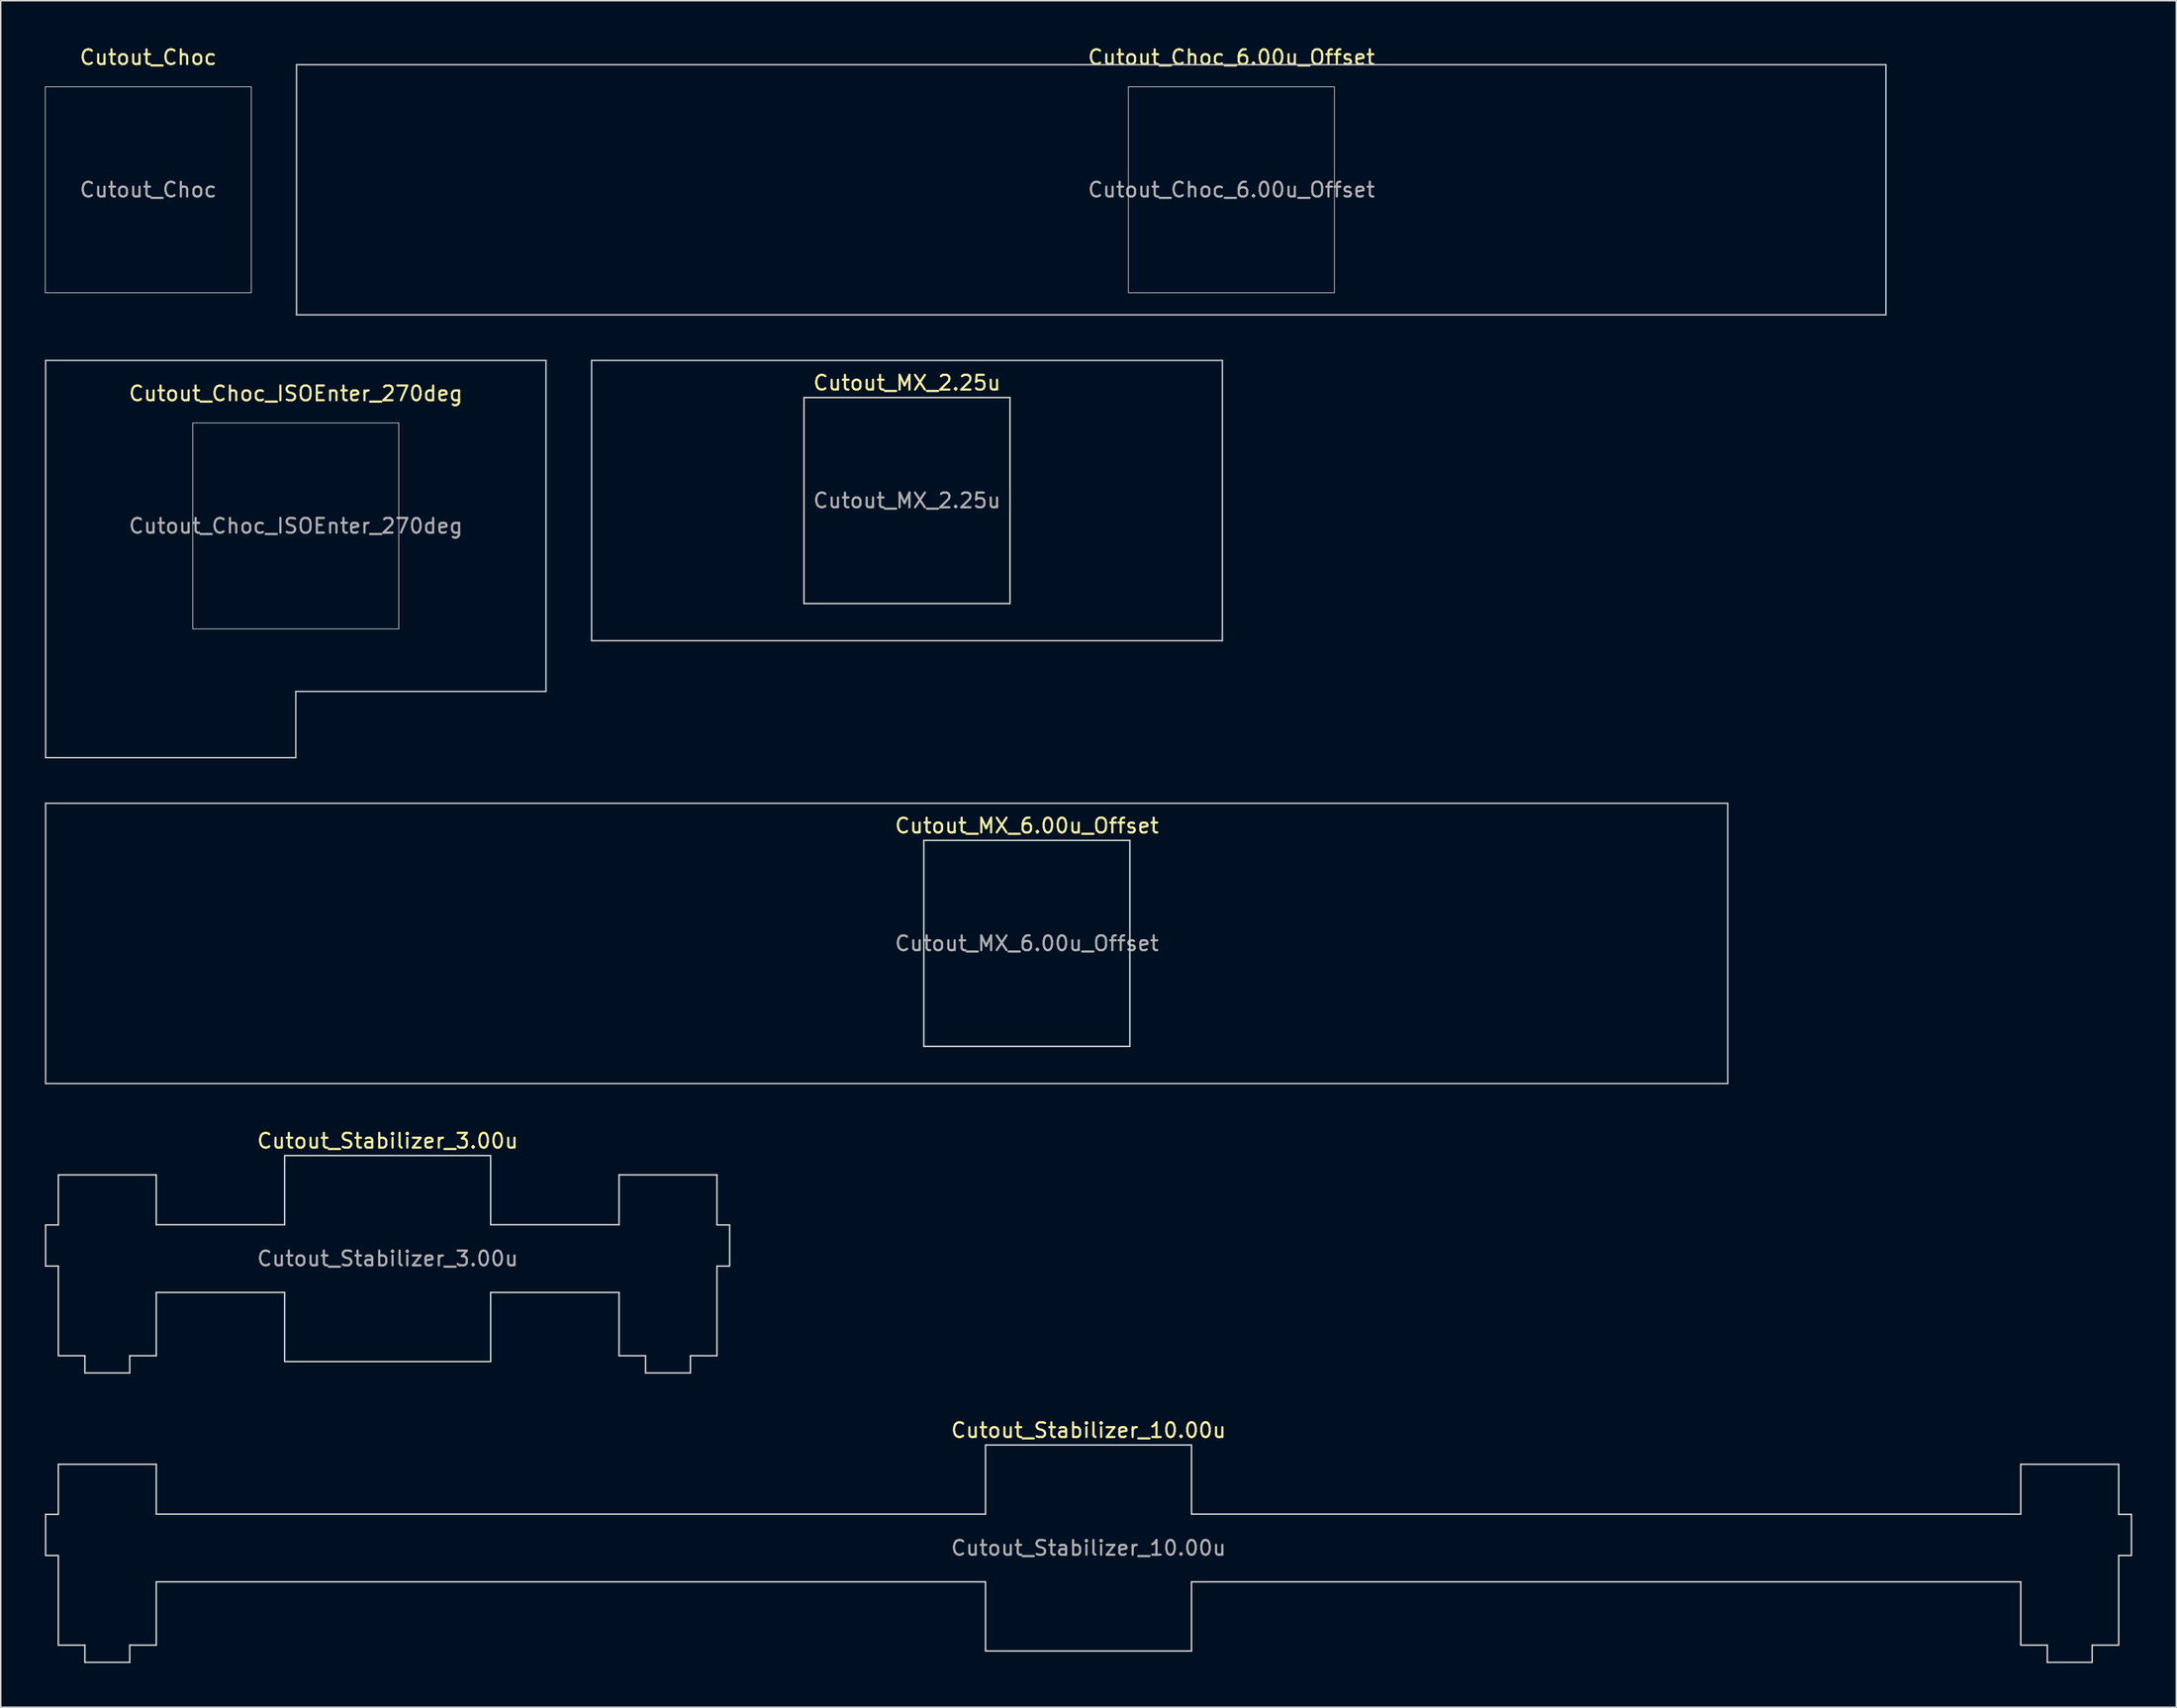
<source format=kicad_pcb>
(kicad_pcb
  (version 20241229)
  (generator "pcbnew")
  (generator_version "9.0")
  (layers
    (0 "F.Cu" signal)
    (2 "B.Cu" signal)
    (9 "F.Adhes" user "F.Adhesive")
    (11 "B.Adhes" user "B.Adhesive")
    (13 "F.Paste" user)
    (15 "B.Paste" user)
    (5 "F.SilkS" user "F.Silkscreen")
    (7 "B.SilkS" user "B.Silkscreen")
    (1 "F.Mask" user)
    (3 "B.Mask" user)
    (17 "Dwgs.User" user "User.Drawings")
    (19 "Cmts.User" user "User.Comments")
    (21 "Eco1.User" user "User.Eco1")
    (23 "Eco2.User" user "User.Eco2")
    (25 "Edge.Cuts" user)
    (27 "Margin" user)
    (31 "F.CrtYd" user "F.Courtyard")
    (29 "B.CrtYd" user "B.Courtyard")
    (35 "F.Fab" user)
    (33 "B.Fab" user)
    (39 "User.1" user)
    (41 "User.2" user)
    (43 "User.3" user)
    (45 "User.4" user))
  (footprint "Cutout_Choc_ISOEnter_270deg"
    (layer "F.Cu")
    (at 17.05 32.698)
    (property "Reference" "Cutout_Choc_ISOEnter_270deg" (at 0 -9 0) (layer "F.SilkS") (effects (font (size 1 1) (thickness 0.15))))
    (attr through_hole)
    (fp_line (start -17 -11.25) (end -17 15.75) (stroke (width 0.1) (type solid)) (layer "Dwgs.User"))
    (fp_line (start -17 15.75) (end 0 15.75) (stroke (width 0.1) (type solid)) (layer "Dwgs.User"))
    (fp_line (start 0 11.25) (end 17 11.25) (stroke (width 0.1) (type solid)) (layer "Dwgs.User"))
    (fp_line (start 0 15.75) (end 0 11.25) (stroke (width 0.1) (type solid)) (layer "Dwgs.User"))
    (fp_line (start 17 -11.25) (end -17 -11.25) (stroke (width 0.1) (type solid)) (layer "Dwgs.User"))
    (fp_line (start 17 11.25) (end 17 -11.25) (stroke (width 0.1) (type solid)) (layer "Dwgs.User"))
    (fp_rect (start -7 -7) (end 7 7) (stroke (width 0.05) (type default)) (fill no) (layer "Edge.Cuts"))
    (fp_text user "${REFERENCE}" (at 0 0 0) (layer "F.Fab") (effects (font (size 1 1) (thickness 0.15)))))
  (footprint "Cutout_MX_2.25u"
    (layer "F.Cu")
    (at 58.581 30.973)
    (property "Reference" "Cutout_MX_2.25u" (at 0 -8 0) (layer "F.SilkS") (effects (font (size 1 1) (thickness 0.15))))
    (attr through_hole)
    (fp_line (start -21.431 -9.525) (end -21.431 9.525) (stroke (width 0.1) (type solid)) (layer "Dwgs.User"))
    (fp_line (start -21.431 9.525) (end 21.431 9.525) (stroke (width 0.1) (type solid)) (layer "Dwgs.User"))
    (fp_line (start 21.431 -9.525) (end -21.431 -9.525) (stroke (width 0.1) (type solid)) (layer "Dwgs.User"))
    (fp_line (start 21.431 9.525) (end 21.431 -9.525) (stroke (width 0.1) (type solid)) (layer "Dwgs.User"))
    (fp_line (start -7 -7) (end -7 7) (stroke (width 0.1) (type solid)) (layer "Edge.Cuts"))
    (fp_line (start -7 7) (end 7 7) (stroke (width 0.1) (type solid)) (layer "Edge.Cuts"))
    (fp_line (start 7 -7) (end -7 -7) (stroke (width 0.1) (type solid)) (layer "Edge.Cuts"))
    (fp_line (start 7 7) (end 7 -7) (stroke (width 0.1) (type solid)) (layer "Edge.Cuts"))
    (fp_text user "${REFERENCE}" (at 0 0 0) (layer "F.Fab") (effects (font (size 1 1) (thickness 0.15)))))
  (footprint "Cutout_Choc_6.00u_Offset"
    (layer "F.Cu")
    (at 80.625 9.848)
    (property "Reference" "Cutout_Choc_6.00u_Offset" (at 0 -9 0) (layer "F.SilkS") (effects (font (size 1 1) (thickness 0.15))))
    (attr through_hole)
    (fp_line (start -63.525 -8.5) (end -63.525 8.5) (stroke (width 0.1) (type solid)) (layer "Dwgs.User"))
    (fp_line (start -63.525 8.5) (end 44.475 8.5) (stroke (width 0.1) (type solid)) (layer "Dwgs.User"))
    (fp_line (start 44.475 -8.5) (end -63.525 -8.5) (stroke (width 0.1) (type solid)) (layer "Dwgs.User"))
    (fp_line (start 44.475 8.5) (end 44.475 -8.5) (stroke (width 0.1) (type solid)) (layer "Dwgs.User"))
    (fp_rect (start -7 -7) (end 7 7) (stroke (width 0.05) (type default)) (fill no) (layer "Edge.Cuts"))
    (fp_text user "${REFERENCE}" (at 0 0 0) (layer "F.Fab") (effects (font (size 1 1) (thickness 0.15)))))
  (footprint "Cutout_Stabilizer_3.00u"
    (layer "F.Cu")
    (at 23.291 82.496)
    (property "Reference" "Cutout_Stabilizer_3.00u" (at 0 -8 0) (layer "F.SilkS") (effects (font (size 1 1) (thickness 0.15))))
    (attr through_hole)
    (fp_line (start -23.241 -2.286) (end -22.377 -2.286) (stroke (width 0.1) (type solid)) (layer "Edge.Cuts"))
    (fp_line (start -23.241 0.508) (end -23.241 -2.286) (stroke (width 0.1) (type solid)) (layer "Edge.Cuts"))
    (fp_line (start -22.377 -5.69) (end -15.723 -5.69) (stroke (width 0.1) (type solid)) (layer "Edge.Cuts"))
    (fp_line (start -22.377 -2.286) (end -22.377 -5.69) (stroke (width 0.1) (type solid)) (layer "Edge.Cuts"))
    (fp_line (start -22.377 0.508) (end -23.241 0.508) (stroke (width 0.1) (type solid)) (layer "Edge.Cuts"))
    (fp_line (start -22.377 6.604) (end -22.377 0.508) (stroke (width 0.1) (type solid)) (layer "Edge.Cuts"))
    (fp_line (start -20.574 6.604) (end -22.377 6.604) (stroke (width 0.1) (type solid)) (layer "Edge.Cuts"))
    (fp_line (start -20.574 7.772) (end -20.574 6.604) (stroke (width 0.1) (type solid)) (layer "Edge.Cuts"))
    (fp_line (start -17.526 6.604) (end -17.526 7.772) (stroke (width 0.1) (type solid)) (layer "Edge.Cuts"))
    (fp_line (start -17.526 7.772) (end -20.574 7.772) (stroke (width 0.1) (type solid)) (layer "Edge.Cuts"))
    (fp_line (start -15.723 -5.69) (end -15.723 -2.3) (stroke (width 0.1) (type solid)) (layer "Edge.Cuts"))
    (fp_line (start -15.723 -2.3) (end -7 -2.3) (stroke (width 0.1) (type solid)) (layer "Edge.Cuts"))
    (fp_line (start -15.723 2.3) (end -15.723 6.604) (stroke (width 0.1) (type solid)) (layer "Edge.Cuts"))
    (fp_line (start -15.723 6.604) (end -17.526 6.604) (stroke (width 0.1) (type solid)) (layer "Edge.Cuts"))
    (fp_line (start -7 -7) (end -7 -2.3) (stroke (width 0.1) (type solid)) (layer "Edge.Cuts"))
    (fp_line (start -7 -7) (end 7 -7) (stroke (width 0.1) (type solid)) (layer "Edge.Cuts"))
    (fp_line (start -7 2.3) (end -15.723 2.3) (stroke (width 0.1) (type solid)) (layer "Edge.Cuts"))
    (fp_line (start -7 2.3) (end -7 7) (stroke (width 0.1) (type solid)) (layer "Edge.Cuts"))
    (fp_line (start -7 7) (end 7 7) (stroke (width 0.1) (type solid)) (layer "Edge.Cuts"))
    (fp_line (start 7 -7) (end 7 -2.3) (stroke (width 0.1) (type solid)) (layer "Edge.Cuts"))
    (fp_line (start 7 2.3) (end 7 7) (stroke (width 0.1) (type solid)) (layer "Edge.Cuts"))
    (fp_line (start 7 2.3) (end 15.723 2.3) (stroke (width 0.1) (type solid)) (layer "Edge.Cuts"))
    (fp_line (start 15.723 -5.69) (end 15.723 -2.3) (stroke (width 0.1) (type solid)) (layer "Edge.Cuts"))
    (fp_line (start 15.723 -2.3) (end 7 -2.3) (stroke (width 0.1) (type solid)) (layer "Edge.Cuts"))
    (fp_line (start 15.723 2.3) (end 15.723 6.604) (stroke (width 0.1) (type solid)) (layer "Edge.Cuts"))
    (fp_line (start 15.723 6.604) (end 17.526 6.604) (stroke (width 0.1) (type solid)) (layer "Edge.Cuts"))
    (fp_line (start 17.526 6.604) (end 17.526 7.772) (stroke (width 0.1) (type solid)) (layer "Edge.Cuts"))
    (fp_line (start 17.526 7.772) (end 20.574 7.772) (stroke (width 0.1) (type solid)) (layer "Edge.Cuts"))
    (fp_line (start 20.574 6.604) (end 22.377 6.604) (stroke (width 0.1) (type solid)) (layer "Edge.Cuts"))
    (fp_line (start 20.574 7.772) (end 20.574 6.604) (stroke (width 0.1) (type solid)) (layer "Edge.Cuts"))
    (fp_line (start 22.377 -5.69) (end 15.723 -5.69) (stroke (width 0.1) (type solid)) (layer "Edge.Cuts"))
    (fp_line (start 22.377 -2.286) (end 22.377 -5.69) (stroke (width 0.1) (type solid)) (layer "Edge.Cuts"))
    (fp_line (start 22.377 0.508) (end 23.241 0.508) (stroke (width 0.1) (type solid)) (layer "Edge.Cuts"))
    (fp_line (start 22.377 6.604) (end 22.377 0.508) (stroke (width 0.1) (type solid)) (layer "Edge.Cuts"))
    (fp_line (start 23.241 -2.286) (end 22.377 -2.286) (stroke (width 0.1) (type solid)) (layer "Edge.Cuts"))
    (fp_line (start 23.241 0.508) (end 23.241 -2.286) (stroke (width 0.1) (type solid)) (layer "Edge.Cuts"))
    (fp_text user "${REFERENCE}" (at 0 0 0) (layer "F.Fab") (effects (font (size 1 1) (thickness 0.15)))))
  (footprint "Cutout_MX_6.00u_Offset"
    (layer "F.Cu")
    (at 66.725 61.073)
    (property "Reference" "Cutout_MX_6.00u_Offset" (at 0 -8 0) (layer "F.SilkS") (effects (font (size 1 1) (thickness 0.15))))
    (attr through_hole)
    (fp_line (start -66.675 -9.525) (end -66.675 9.525) (stroke (width 0.1) (type solid)) (layer "Dwgs.User"))
    (fp_line (start -66.675 9.525) (end 47.625 9.525) (stroke (width 0.1) (type solid)) (layer "Dwgs.User"))
    (fp_line (start 47.625 -9.525) (end -66.675 -9.525) (stroke (width 0.1) (type solid)) (layer "Dwgs.User"))
    (fp_line (start 47.625 9.525) (end 47.625 -9.525) (stroke (width 0.1) (type solid)) (layer "Dwgs.User"))
    (fp_line (start -7 -7) (end -7 7) (stroke (width 0.1) (type solid)) (layer "Edge.Cuts"))
    (fp_line (start -7 7) (end 7 7) (stroke (width 0.1) (type solid)) (layer "Edge.Cuts"))
    (fp_line (start 7 -7) (end -7 -7) (stroke (width 0.1) (type solid)) (layer "Edge.Cuts"))
    (fp_line (start 7 7) (end 7 -7) (stroke (width 0.1) (type solid)) (layer "Edge.Cuts"))
    (fp_text user "${REFERENCE}" (at 0 0 0) (layer "F.Fab") (effects (font (size 1 1) (thickness 0.15)))))
  (footprint "Cutout_Stabilizer_10.00u"
    (layer "F.Cu")
    (at 70.916 102.167)
    (property "Reference" "Cutout_Stabilizer_10.00u" (at 0 -8 0) (layer "F.SilkS") (effects (font (size 1 1) (thickness 0.15))))
    (attr through_hole)
    (fp_line (start -70.866 -2.286) (end -70.002 -2.286) (stroke (width 0.1) (type solid)) (layer "Edge.Cuts"))
    (fp_line (start -70.866 0.508) (end -70.866 -2.286) (stroke (width 0.1) (type solid)) (layer "Edge.Cuts"))
    (fp_line (start -70.002 -5.69) (end -63.348 -5.69) (stroke (width 0.1) (type solid)) (layer "Edge.Cuts"))
    (fp_line (start -70.002 -2.286) (end -70.002 -5.69) (stroke (width 0.1) (type solid)) (layer "Edge.Cuts"))
    (fp_line (start -70.002 0.508) (end -70.866 0.508) (stroke (width 0.1) (type solid)) (layer "Edge.Cuts"))
    (fp_line (start -70.002 6.604) (end -70.002 0.508) (stroke (width 0.1) (type solid)) (layer "Edge.Cuts"))
    (fp_line (start -68.199 6.604) (end -70.002 6.604) (stroke (width 0.1) (type solid)) (layer "Edge.Cuts"))
    (fp_line (start -68.199 7.772) (end -68.199 6.604) (stroke (width 0.1) (type solid)) (layer "Edge.Cuts"))
    (fp_line (start -65.151 6.604) (end -65.151 7.772) (stroke (width 0.1) (type solid)) (layer "Edge.Cuts"))
    (fp_line (start -65.151 7.772) (end -68.199 7.772) (stroke (width 0.1) (type solid)) (layer "Edge.Cuts"))
    (fp_line (start -63.348 -5.69) (end -63.348 -2.3) (stroke (width 0.1) (type solid)) (layer "Edge.Cuts"))
    (fp_line (start -63.348 -2.3) (end -7 -2.3) (stroke (width 0.1) (type solid)) (layer "Edge.Cuts"))
    (fp_line (start -63.348 2.3) (end -63.348 6.604) (stroke (width 0.1) (type solid)) (layer "Edge.Cuts"))
    (fp_line (start -63.348 6.604) (end -65.151 6.604) (stroke (width 0.1) (type solid)) (layer "Edge.Cuts"))
    (fp_line (start -7 -7) (end -7 -2.3) (stroke (width 0.1) (type solid)) (layer "Edge.Cuts"))
    (fp_line (start -7 -7) (end 7 -7) (stroke (width 0.1) (type solid)) (layer "Edge.Cuts"))
    (fp_line (start -7 2.3) (end -63.348 2.3) (stroke (width 0.1) (type solid)) (layer "Edge.Cuts"))
    (fp_line (start -7 2.3) (end -7 7) (stroke (width 0.1) (type solid)) (layer "Edge.Cuts"))
    (fp_line (start -7 7) (end 7 7) (stroke (width 0.1) (type solid)) (layer "Edge.Cuts"))
    (fp_line (start 7 -7) (end 7 -2.3) (stroke (width 0.1) (type solid)) (layer "Edge.Cuts"))
    (fp_line (start 7 2.3) (end 7 7) (stroke (width 0.1) (type solid)) (layer "Edge.Cuts"))
    (fp_line (start 7 2.3) (end 63.348 2.3) (stroke (width 0.1) (type solid)) (layer "Edge.Cuts"))
    (fp_line (start 63.348 -5.69) (end 63.348 -2.3) (stroke (width 0.1) (type solid)) (layer "Edge.Cuts"))
    (fp_line (start 63.348 -2.3) (end 7 -2.3) (stroke (width 0.1) (type solid)) (layer "Edge.Cuts"))
    (fp_line (start 63.348 2.3) (end 63.348 6.604) (stroke (width 0.1) (type solid)) (layer "Edge.Cuts"))
    (fp_line (start 63.348 6.604) (end 65.151 6.604) (stroke (width 0.1) (type solid)) (layer "Edge.Cuts"))
    (fp_line (start 65.151 6.604) (end 65.151 7.772) (stroke (width 0.1) (type solid)) (layer "Edge.Cuts"))
    (fp_line (start 65.151 7.772) (end 68.199 7.772) (stroke (width 0.1) (type solid)) (layer "Edge.Cuts"))
    (fp_line (start 68.199 6.604) (end 70.002 6.604) (stroke (width 0.1) (type solid)) (layer "Edge.Cuts"))
    (fp_line (start 68.199 7.772) (end 68.199 6.604) (stroke (width 0.1) (type solid)) (layer "Edge.Cuts"))
    (fp_line (start 70.002 -5.69) (end 63.348 -5.69) (stroke (width 0.1) (type solid)) (layer "Edge.Cuts"))
    (fp_line (start 70.002 -2.286) (end 70.002 -5.69) (stroke (width 0.1) (type solid)) (layer "Edge.Cuts"))
    (fp_line (start 70.002 0.508) (end 70.866 0.508) (stroke (width 0.1) (type solid)) (layer "Edge.Cuts"))
    (fp_line (start 70.002 6.604) (end 70.002 0.508) (stroke (width 0.1) (type solid)) (layer "Edge.Cuts"))
    (fp_line (start 70.866 -2.286) (end 70.002 -2.286) (stroke (width 0.1) (type solid)) (layer "Edge.Cuts"))
    (fp_line (start 70.866 0.508) (end 70.866 -2.286) (stroke (width 0.1) (type solid)) (layer "Edge.Cuts"))
    (fp_text user "${REFERENCE}" (at 0 0 0) (layer "F.Fab") (effects (font (size 1 1) (thickness 0.15)))))
  (footprint "Cutout_Choc"
    (layer "F.Cu")
    (at 7.025 9.848)
    (property "Reference" "Cutout_Choc" (at 0 -9 0) (layer "F.SilkS") (effects (font (size 1 1) (thickness 0.15))))
    (attr through_hole)
    (fp_rect (start -7 -7) (end 7 7) (stroke (width 0.05) (type default)) (fill no) (layer "Edge.Cuts"))
    (fp_text user "${REFERENCE}" (at 0 0 0) (layer "F.Fab") (effects (font (size 1 1) (thickness 0.15)))))
  (gr_rect
    (start -3 -3)
    (end 144.832 112.99)
    (stroke (width 0.1) (type default))
    (fill no)
    (layer "Edge.Cuts")))
</source>
